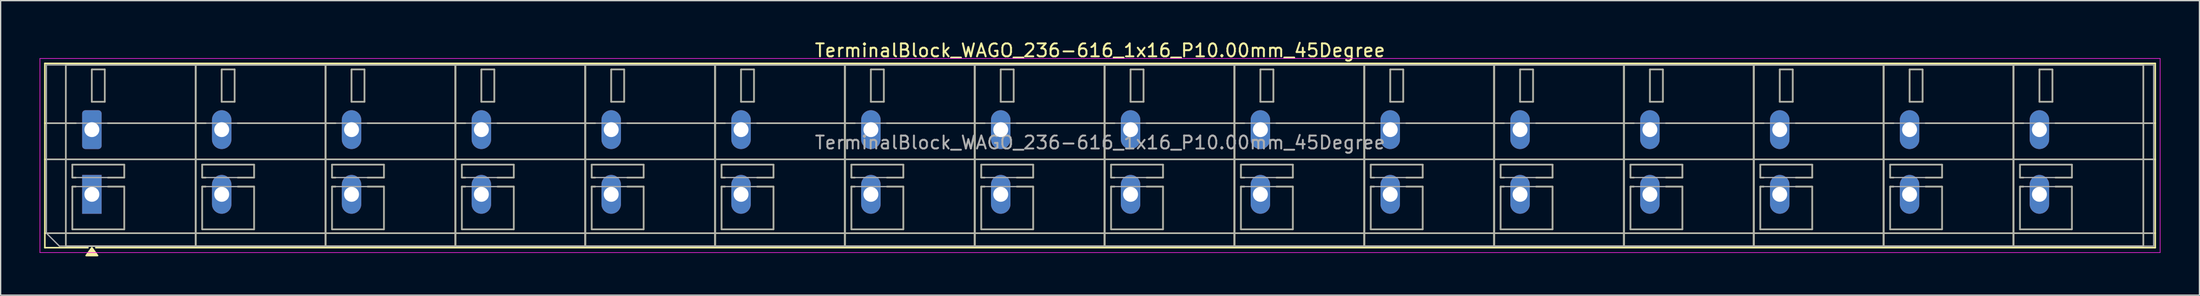
<source format=kicad_pcb>
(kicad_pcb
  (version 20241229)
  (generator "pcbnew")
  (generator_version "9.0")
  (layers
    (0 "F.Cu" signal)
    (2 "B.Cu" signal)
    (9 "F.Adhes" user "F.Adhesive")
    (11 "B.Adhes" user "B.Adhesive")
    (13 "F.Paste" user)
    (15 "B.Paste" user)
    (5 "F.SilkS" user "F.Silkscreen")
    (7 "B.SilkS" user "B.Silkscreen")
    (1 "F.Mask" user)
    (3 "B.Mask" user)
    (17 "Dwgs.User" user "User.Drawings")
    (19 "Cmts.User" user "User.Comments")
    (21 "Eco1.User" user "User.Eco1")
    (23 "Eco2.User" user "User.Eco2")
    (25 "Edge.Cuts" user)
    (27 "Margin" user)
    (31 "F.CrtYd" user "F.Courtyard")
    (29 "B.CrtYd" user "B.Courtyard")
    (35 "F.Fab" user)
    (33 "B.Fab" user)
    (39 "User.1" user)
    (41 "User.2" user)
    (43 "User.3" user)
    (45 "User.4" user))
  (footprint "TerminalBlock_WAGO_236-616_1x16_P10.00mm_45Degree"
    (layer "F.Cu")
    (at 4.025 6.968)
    (property "Reference" "TerminalBlock_WAGO_236-616_1x16_P10.00mm_45Degree" (at 77.65 -6.12 0) (layer "F.SilkS") (effects (font (size 1 1) (thickness 0.15))))
    (attr through_hole)
    (fp_line (start -3.62 -5.12) (end 158.92 -5.12) (stroke (width 0.12) (type solid)) (layer "F.SilkS"))
    (fp_line (start -3.62 -0.5) (end -1.23 -0.5) (stroke (width 0.12) (type solid)) (layer "F.SilkS"))
    (fp_line (start -3.62 2.3) (end 158.92 2.3) (stroke (width 0.12) (type solid)) (layer "F.SilkS"))
    (fp_line (start -3.62 8) (end 158.92 8) (stroke (width 0.12) (type solid)) (layer "F.SilkS"))
    (fp_line (start -3.62 9.12) (end -3.62 -5.12) (stroke (width 0.12) (type solid)) (layer "F.SilkS"))
    (fp_line (start -2 -5) (end 8 -5) (stroke (width 0.12) (type solid)) (layer "F.SilkS"))
    (fp_line (start -2 9) (end -2 -5) (stroke (width 0.12) (type solid)) (layer "F.SilkS"))
    (fp_line (start -1.5 2.7) (end 2.5 2.7) (stroke (width 0.12) (type solid)) (layer "F.SilkS"))
    (fp_line (start -1.5 3.7) (end -1.5 2.7) (stroke (width 0.12) (type solid)) (layer "F.SilkS"))
    (fp_line (start -1.5 4.4) (end -1.23 4.4) (stroke (width 0.12) (type solid)) (layer "F.SilkS"))
    (fp_line (start -1.5 7.7) (end -1.5 4.4) (stroke (width 0.12) (type solid)) (layer "F.SilkS"))
    (fp_line (start -1.23 3.7) (end -1.5 3.7) (stroke (width 0.12) (type solid)) (layer "F.SilkS"))
    (fp_line (start -0.3 9.12) (end -3.62 9.12) (stroke (width 0.12) (type solid)) (layer "F.SilkS"))
    (fp_line (start 0 -4.65) (end 1 -4.65) (stroke (width 0.12) (type solid)) (layer "F.SilkS"))
    (fp_line (start 0 -2.15) (end 0 -4.65) (stroke (width 0.12) (type solid)) (layer "F.SilkS"))
    (fp_line (start 1 -4.65) (end 1 -2.15) (stroke (width 0.12) (type solid)) (layer "F.SilkS"))
    (fp_line (start 1 -2.15) (end 0 -2.15) (stroke (width 0.12) (type solid)) (layer "F.SilkS"))
    (fp_line (start 1.23 -0.5) (end 8.77 -0.5) (stroke (width 0.12) (type solid)) (layer "F.SilkS"))
    (fp_line (start 1.23 4.4) (end 2.5 4.4) (stroke (width 0.12) (type solid)) (layer "F.SilkS"))
    (fp_line (start 2.5 2.7) (end 2.5 3.7) (stroke (width 0.12) (type solid)) (layer "F.SilkS"))
    (fp_line (start 2.5 3.7) (end 1.23 3.7) (stroke (width 0.12) (type solid)) (layer "F.SilkS"))
    (fp_line (start 2.5 4.4) (end 2.5 7.7) (stroke (width 0.12) (type solid)) (layer "F.SilkS"))
    (fp_line (start 2.5 7.7) (end -1.5 7.7) (stroke (width 0.12) (type solid)) (layer "F.SilkS"))
    (fp_line (start 8 -5) (end 8 9) (stroke (width 0.12) (type solid)) (layer "F.SilkS"))
    (fp_line (start 8 -5) (end 18 -5) (stroke (width 0.12) (type solid)) (layer "F.SilkS"))
    (fp_line (start 8 9) (end -2 9) (stroke (width 0.12) (type solid)) (layer "F.SilkS"))
    (fp_line (start 8 9) (end 8 -5) (stroke (width 0.12) (type solid)) (layer "F.SilkS"))
    (fp_line (start 8.5 2.7) (end 12.5 2.7) (stroke (width 0.12) (type solid)) (layer "F.SilkS"))
    (fp_line (start 8.5 3.7) (end 8.5 2.7) (stroke (width 0.12) (type solid)) (layer "F.SilkS"))
    (fp_line (start 8.5 4.4) (end 8.77 4.4) (stroke (width 0.12) (type solid)) (layer "F.SilkS"))
    (fp_line (start 8.5 7.7) (end 8.5 4.4) (stroke (width 0.12) (type solid)) (layer "F.SilkS"))
    (fp_line (start 8.77 3.7) (end 8.5 3.7) (stroke (width 0.12) (type solid)) (layer "F.SilkS"))
    (fp_line (start 10 -4.65) (end 11 -4.65) (stroke (width 0.12) (type solid)) (layer "F.SilkS"))
    (fp_line (start 10 -2.15) (end 10 -4.65) (stroke (width 0.12) (type solid)) (layer "F.SilkS"))
    (fp_line (start 11 -4.65) (end 11 -2.15) (stroke (width 0.12) (type solid)) (layer "F.SilkS"))
    (fp_line (start 11 -2.15) (end 10 -2.15) (stroke (width 0.12) (type solid)) (layer "F.SilkS"))
    (fp_line (start 11.23 -0.5) (end 18.77 -0.5) (stroke (width 0.12) (type solid)) (layer "F.SilkS"))
    (fp_line (start 11.23 4.4) (end 12.5 4.4) (stroke (width 0.12) (type solid)) (layer "F.SilkS"))
    (fp_line (start 12.5 2.7) (end 12.5 3.7) (stroke (width 0.12) (type solid)) (layer "F.SilkS"))
    (fp_line (start 12.5 3.7) (end 11.23 3.7) (stroke (width 0.12) (type solid)) (layer "F.SilkS"))
    (fp_line (start 12.5 4.4) (end 12.5 7.7) (stroke (width 0.12) (type solid)) (layer "F.SilkS"))
    (fp_line (start 12.5 7.7) (end 8.5 7.7) (stroke (width 0.12) (type solid)) (layer "F.SilkS"))
    (fp_line (start 18 -5) (end 18 9) (stroke (width 0.12) (type solid)) (layer "F.SilkS"))
    (fp_line (start 18 -5) (end 28 -5) (stroke (width 0.12) (type solid)) (layer "F.SilkS"))
    (fp_line (start 18 9) (end 8 9) (stroke (width 0.12) (type solid)) (layer "F.SilkS"))
    (fp_line (start 18 9) (end 18 -5) (stroke (width 0.12) (type solid)) (layer "F.SilkS"))
    (fp_line (start 18.5 2.7) (end 22.5 2.7) (stroke (width 0.12) (type solid)) (layer "F.SilkS"))
    (fp_line (start 18.5 3.7) (end 18.5 2.7) (stroke (width 0.12) (type solid)) (layer "F.SilkS"))
    (fp_line (start 18.5 4.4) (end 18.77 4.4) (stroke (width 0.12) (type solid)) (layer "F.SilkS"))
    (fp_line (start 18.5 7.7) (end 18.5 4.4) (stroke (width 0.12) (type solid)) (layer "F.SilkS"))
    (fp_line (start 18.77 3.7) (end 18.5 3.7) (stroke (width 0.12) (type solid)) (layer "F.SilkS"))
    (fp_line (start 20 -4.65) (end 21 -4.65) (stroke (width 0.12) (type solid)) (layer "F.SilkS"))
    (fp_line (start 20 -2.15) (end 20 -4.65) (stroke (width 0.12) (type solid)) (layer "F.SilkS"))
    (fp_line (start 21 -4.65) (end 21 -2.15) (stroke (width 0.12) (type solid)) (layer "F.SilkS"))
    (fp_line (start 21 -2.15) (end 20 -2.15) (stroke (width 0.12) (type solid)) (layer "F.SilkS"))
    (fp_line (start 21.23 -0.5) (end 28.77 -0.5) (stroke (width 0.12) (type solid)) (layer "F.SilkS"))
    (fp_line (start 21.23 4.4) (end 22.5 4.4) (stroke (width 0.12) (type solid)) (layer "F.SilkS"))
    (fp_line (start 22.5 2.7) (end 22.5 3.7) (stroke (width 0.12) (type solid)) (layer "F.SilkS"))
    (fp_line (start 22.5 3.7) (end 21.23 3.7) (stroke (width 0.12) (type solid)) (layer "F.SilkS"))
    (fp_line (start 22.5 4.4) (end 22.5 7.7) (stroke (width 0.12) (type solid)) (layer "F.SilkS"))
    (fp_line (start 22.5 7.7) (end 18.5 7.7) (stroke (width 0.12) (type solid)) (layer "F.SilkS"))
    (fp_line (start 28 -5) (end 28 9) (stroke (width 0.12) (type solid)) (layer "F.SilkS"))
    (fp_line (start 28 -5) (end 38 -5) (stroke (width 0.12) (type solid)) (layer "F.SilkS"))
    (fp_line (start 28 9) (end 18 9) (stroke (width 0.12) (type solid)) (layer "F.SilkS"))
    (fp_line (start 28 9) (end 28 -5) (stroke (width 0.12) (type solid)) (layer "F.SilkS"))
    (fp_line (start 28.5 2.7) (end 32.5 2.7) (stroke (width 0.12) (type solid)) (layer "F.SilkS"))
    (fp_line (start 28.5 3.7) (end 28.5 2.7) (stroke (width 0.12) (type solid)) (layer "F.SilkS"))
    (fp_line (start 28.5 4.4) (end 28.77 4.4) (stroke (width 0.12) (type solid)) (layer "F.SilkS"))
    (fp_line (start 28.5 7.7) (end 28.5 4.4) (stroke (width 0.12) (type solid)) (layer "F.SilkS"))
    (fp_line (start 28.77 3.7) (end 28.5 3.7) (stroke (width 0.12) (type solid)) (layer "F.SilkS"))
    (fp_line (start 30 -4.65) (end 31 -4.65) (stroke (width 0.12) (type solid)) (layer "F.SilkS"))
    (fp_line (start 30 -2.15) (end 30 -4.65) (stroke (width 0.12) (type solid)) (layer "F.SilkS"))
    (fp_line (start 31 -4.65) (end 31 -2.15) (stroke (width 0.12) (type solid)) (layer "F.SilkS"))
    (fp_line (start 31 -2.15) (end 30 -2.15) (stroke (width 0.12) (type solid)) (layer "F.SilkS"))
    (fp_line (start 31.23 -0.5) (end 38.77 -0.5) (stroke (width 0.12) (type solid)) (layer "F.SilkS"))
    (fp_line (start 31.23 4.4) (end 32.5 4.4) (stroke (width 0.12) (type solid)) (layer "F.SilkS"))
    (fp_line (start 32.5 2.7) (end 32.5 3.7) (stroke (width 0.12) (type solid)) (layer "F.SilkS"))
    (fp_line (start 32.5 3.7) (end 31.23 3.7) (stroke (width 0.12) (type solid)) (layer "F.SilkS"))
    (fp_line (start 32.5 4.4) (end 32.5 7.7) (stroke (width 0.12) (type solid)) (layer "F.SilkS"))
    (fp_line (start 32.5 7.7) (end 28.5 7.7) (stroke (width 0.12) (type solid)) (layer "F.SilkS"))
    (fp_line (start 38 -5) (end 38 9) (stroke (width 0.12) (type solid)) (layer "F.SilkS"))
    (fp_line (start 38 -5) (end 48 -5) (stroke (width 0.12) (type solid)) (layer "F.SilkS"))
    (fp_line (start 38 9) (end 28 9) (stroke (width 0.12) (type solid)) (layer "F.SilkS"))
    (fp_line (start 38 9) (end 38 -5) (stroke (width 0.12) (type solid)) (layer "F.SilkS"))
    (fp_line (start 38.5 2.7) (end 42.5 2.7) (stroke (width 0.12) (type solid)) (layer "F.SilkS"))
    (fp_line (start 38.5 3.7) (end 38.5 2.7) (stroke (width 0.12) (type solid)) (layer "F.SilkS"))
    (fp_line (start 38.5 4.4) (end 38.77 4.4) (stroke (width 0.12) (type solid)) (layer "F.SilkS"))
    (fp_line (start 38.5 7.7) (end 38.5 4.4) (stroke (width 0.12) (type solid)) (layer "F.SilkS"))
    (fp_line (start 38.77 3.7) (end 38.5 3.7) (stroke (width 0.12) (type solid)) (layer "F.SilkS"))
    (fp_line (start 40 -4.65) (end 41 -4.65) (stroke (width 0.12) (type solid)) (layer "F.SilkS"))
    (fp_line (start 40 -2.15) (end 40 -4.65) (stroke (width 0.12) (type solid)) (layer "F.SilkS"))
    (fp_line (start 41 -4.65) (end 41 -2.15) (stroke (width 0.12) (type solid)) (layer "F.SilkS"))
    (fp_line (start 41 -2.15) (end 40 -2.15) (stroke (width 0.12) (type solid)) (layer "F.SilkS"))
    (fp_line (start 41.23 -0.5) (end 48.77 -0.5) (stroke (width 0.12) (type solid)) (layer "F.SilkS"))
    (fp_line (start 41.23 4.4) (end 42.5 4.4) (stroke (width 0.12) (type solid)) (layer "F.SilkS"))
    (fp_line (start 42.5 2.7) (end 42.5 3.7) (stroke (width 0.12) (type solid)) (layer "F.SilkS"))
    (fp_line (start 42.5 3.7) (end 41.23 3.7) (stroke (width 0.12) (type solid)) (layer "F.SilkS"))
    (fp_line (start 42.5 4.4) (end 42.5 7.7) (stroke (width 0.12) (type solid)) (layer "F.SilkS"))
    (fp_line (start 42.5 7.7) (end 38.5 7.7) (stroke (width 0.12) (type solid)) (layer "F.SilkS"))
    (fp_line (start 48 -5) (end 48 9) (stroke (width 0.12) (type solid)) (layer "F.SilkS"))
    (fp_line (start 48 -5) (end 58 -5) (stroke (width 0.12) (type solid)) (layer "F.SilkS"))
    (fp_line (start 48 9) (end 38 9) (stroke (width 0.12) (type solid)) (layer "F.SilkS"))
    (fp_line (start 48 9) (end 48 -5) (stroke (width 0.12) (type solid)) (layer "F.SilkS"))
    (fp_line (start 48.5 2.7) (end 52.5 2.7) (stroke (width 0.12) (type solid)) (layer "F.SilkS"))
    (fp_line (start 48.5 3.7) (end 48.5 2.7) (stroke (width 0.12) (type solid)) (layer "F.SilkS"))
    (fp_line (start 48.5 4.4) (end 48.77 4.4) (stroke (width 0.12) (type solid)) (layer "F.SilkS"))
    (fp_line (start 48.5 7.7) (end 48.5 4.4) (stroke (width 0.12) (type solid)) (layer "F.SilkS"))
    (fp_line (start 48.77 3.7) (end 48.5 3.7) (stroke (width 0.12) (type solid)) (layer "F.SilkS"))
    (fp_line (start 50 -4.65) (end 51 -4.65) (stroke (width 0.12) (type solid)) (layer "F.SilkS"))
    (fp_line (start 50 -2.15) (end 50 -4.65) (stroke (width 0.12) (type solid)) (layer "F.SilkS"))
    (fp_line (start 51 -4.65) (end 51 -2.15) (stroke (width 0.12) (type solid)) (layer "F.SilkS"))
    (fp_line (start 51 -2.15) (end 50 -2.15) (stroke (width 0.12) (type solid)) (layer "F.SilkS"))
    (fp_line (start 51.23 -0.5) (end 58.77 -0.5) (stroke (width 0.12) (type solid)) (layer "F.SilkS"))
    (fp_line (start 51.23 4.4) (end 52.5 4.4) (stroke (width 0.12) (type solid)) (layer "F.SilkS"))
    (fp_line (start 52.5 2.7) (end 52.5 3.7) (stroke (width 0.12) (type solid)) (layer "F.SilkS"))
    (fp_line (start 52.5 3.7) (end 51.23 3.7) (stroke (width 0.12) (type solid)) (layer "F.SilkS"))
    (fp_line (start 52.5 4.4) (end 52.5 7.7) (stroke (width 0.12) (type solid)) (layer "F.SilkS"))
    (fp_line (start 52.5 7.7) (end 48.5 7.7) (stroke (width 0.12) (type solid)) (layer "F.SilkS"))
    (fp_line (start 58 -5) (end 58 9) (stroke (width 0.12) (type solid)) (layer "F.SilkS"))
    (fp_line (start 58 -5) (end 68 -5) (stroke (width 0.12) (type solid)) (layer "F.SilkS"))
    (fp_line (start 58 9) (end 48 9) (stroke (width 0.12) (type solid)) (layer "F.SilkS"))
    (fp_line (start 58 9) (end 58 -5) (stroke (width 0.12) (type solid)) (layer "F.SilkS"))
    (fp_line (start 58.5 2.7) (end 62.5 2.7) (stroke (width 0.12) (type solid)) (layer "F.SilkS"))
    (fp_line (start 58.5 3.7) (end 58.5 2.7) (stroke (width 0.12) (type solid)) (layer "F.SilkS"))
    (fp_line (start 58.5 4.4) (end 58.77 4.4) (stroke (width 0.12) (type solid)) (layer "F.SilkS"))
    (fp_line (start 58.5 7.7) (end 58.5 4.4) (stroke (width 0.12) (type solid)) (layer "F.SilkS"))
    (fp_line (start 58.77 3.7) (end 58.5 3.7) (stroke (width 0.12) (type solid)) (layer "F.SilkS"))
    (fp_line (start 60 -4.65) (end 61 -4.65) (stroke (width 0.12) (type solid)) (layer "F.SilkS"))
    (fp_line (start 60 -2.15) (end 60 -4.65) (stroke (width 0.12) (type solid)) (layer "F.SilkS"))
    (fp_line (start 61 -4.65) (end 61 -2.15) (stroke (width 0.12) (type solid)) (layer "F.SilkS"))
    (fp_line (start 61 -2.15) (end 60 -2.15) (stroke (width 0.12) (type solid)) (layer "F.SilkS"))
    (fp_line (start 61.23 -0.5) (end 68.77 -0.5) (stroke (width 0.12) (type solid)) (layer "F.SilkS"))
    (fp_line (start 61.23 4.4) (end 62.5 4.4) (stroke (width 0.12) (type solid)) (layer "F.SilkS"))
    (fp_line (start 62.5 2.7) (end 62.5 3.7) (stroke (width 0.12) (type solid)) (layer "F.SilkS"))
    (fp_line (start 62.5 3.7) (end 61.23 3.7) (stroke (width 0.12) (type solid)) (layer "F.SilkS"))
    (fp_line (start 62.5 4.4) (end 62.5 7.7) (stroke (width 0.12) (type solid)) (layer "F.SilkS"))
    (fp_line (start 62.5 7.7) (end 58.5 7.7) (stroke (width 0.12) (type solid)) (layer "F.SilkS"))
    (fp_line (start 68 -5) (end 68 9) (stroke (width 0.12) (type solid)) (layer "F.SilkS"))
    (fp_line (start 68 -5) (end 78 -5) (stroke (width 0.12) (type solid)) (layer "F.SilkS"))
    (fp_line (start 68 9) (end 58 9) (stroke (width 0.12) (type solid)) (layer "F.SilkS"))
    (fp_line (start 68 9) (end 68 -5) (stroke (width 0.12) (type solid)) (layer "F.SilkS"))
    (fp_line (start 68.5 2.7) (end 72.5 2.7) (stroke (width 0.12) (type solid)) (layer "F.SilkS"))
    (fp_line (start 68.5 3.7) (end 68.5 2.7) (stroke (width 0.12) (type solid)) (layer "F.SilkS"))
    (fp_line (start 68.5 4.4) (end 68.77 4.4) (stroke (width 0.12) (type solid)) (layer "F.SilkS"))
    (fp_line (start 68.5 7.7) (end 68.5 4.4) (stroke (width 0.12) (type solid)) (layer "F.SilkS"))
    (fp_line (start 68.77 3.7) (end 68.5 3.7) (stroke (width 0.12) (type solid)) (layer "F.SilkS"))
    (fp_line (start 70 -4.65) (end 71 -4.65) (stroke (width 0.12) (type solid)) (layer "F.SilkS"))
    (fp_line (start 70 -2.15) (end 70 -4.65) (stroke (width 0.12) (type solid)) (layer "F.SilkS"))
    (fp_line (start 71 -4.65) (end 71 -2.15) (stroke (width 0.12) (type solid)) (layer "F.SilkS"))
    (fp_line (start 71 -2.15) (end 70 -2.15) (stroke (width 0.12) (type solid)) (layer "F.SilkS"))
    (fp_line (start 71.23 -0.5) (end 78.77 -0.5) (stroke (width 0.12) (type solid)) (layer "F.SilkS"))
    (fp_line (start 71.23 4.4) (end 72.5 4.4) (stroke (width 0.12) (type solid)) (layer "F.SilkS"))
    (fp_line (start 72.5 2.7) (end 72.5 3.7) (stroke (width 0.12) (type solid)) (layer "F.SilkS"))
    (fp_line (start 72.5 3.7) (end 71.23 3.7) (stroke (width 0.12) (type solid)) (layer "F.SilkS"))
    (fp_line (start 72.5 4.4) (end 72.5 7.7) (stroke (width 0.12) (type solid)) (layer "F.SilkS"))
    (fp_line (start 72.5 7.7) (end 68.5 7.7) (stroke (width 0.12) (type solid)) (layer "F.SilkS"))
    (fp_line (start 78 -5) (end 78 9) (stroke (width 0.12) (type solid)) (layer "F.SilkS"))
    (fp_line (start 78 -5) (end 88 -5) (stroke (width 0.12) (type solid)) (layer "F.SilkS"))
    (fp_line (start 78 9) (end 68 9) (stroke (width 0.12) (type solid)) (layer "F.SilkS"))
    (fp_line (start 78 9) (end 78 -5) (stroke (width 0.12) (type solid)) (layer "F.SilkS"))
    (fp_line (start 78.5 2.7) (end 82.5 2.7) (stroke (width 0.12) (type solid)) (layer "F.SilkS"))
    (fp_line (start 78.5 3.7) (end 78.5 2.7) (stroke (width 0.12) (type solid)) (layer "F.SilkS"))
    (fp_line (start 78.5 4.4) (end 78.77 4.4) (stroke (width 0.12) (type solid)) (layer "F.SilkS"))
    (fp_line (start 78.5 7.7) (end 78.5 4.4) (stroke (width 0.12) (type solid)) (layer "F.SilkS"))
    (fp_line (start 78.77 3.7) (end 78.5 3.7) (stroke (width 0.12) (type solid)) (layer "F.SilkS"))
    (fp_line (start 80 -4.65) (end 81 -4.65) (stroke (width 0.12) (type solid)) (layer "F.SilkS"))
    (fp_line (start 80 -2.15) (end 80 -4.65) (stroke (width 0.12) (type solid)) (layer "F.SilkS"))
    (fp_line (start 81 -4.65) (end 81 -2.15) (stroke (width 0.12) (type solid)) (layer "F.SilkS"))
    (fp_line (start 81 -2.15) (end 80 -2.15) (stroke (width 0.12) (type solid)) (layer "F.SilkS"))
    (fp_line (start 81.23 -0.5) (end 88.77 -0.5) (stroke (width 0.12) (type solid)) (layer "F.SilkS"))
    (fp_line (start 81.23 4.4) (end 82.5 4.4) (stroke (width 0.12) (type solid)) (layer "F.SilkS"))
    (fp_line (start 82.5 2.7) (end 82.5 3.7) (stroke (width 0.12) (type solid)) (layer "F.SilkS"))
    (fp_line (start 82.5 3.7) (end 81.23 3.7) (stroke (width 0.12) (type solid)) (layer "F.SilkS"))
    (fp_line (start 82.5 4.4) (end 82.5 7.7) (stroke (width 0.12) (type solid)) (layer "F.SilkS"))
    (fp_line (start 82.5 7.7) (end 78.5 7.7) (stroke (width 0.12) (type solid)) (layer "F.SilkS"))
    (fp_line (start 88 -5) (end 88 9) (stroke (width 0.12) (type solid)) (layer "F.SilkS"))
    (fp_line (start 88 -5) (end 98 -5) (stroke (width 0.12) (type solid)) (layer "F.SilkS"))
    (fp_line (start 88 9) (end 78 9) (stroke (width 0.12) (type solid)) (layer "F.SilkS"))
    (fp_line (start 88 9) (end 88 -5) (stroke (width 0.12) (type solid)) (layer "F.SilkS"))
    (fp_line (start 88.5 2.7) (end 92.5 2.7) (stroke (width 0.12) (type solid)) (layer "F.SilkS"))
    (fp_line (start 88.5 3.7) (end 88.5 2.7) (stroke (width 0.12) (type solid)) (layer "F.SilkS"))
    (fp_line (start 88.5 4.4) (end 88.77 4.4) (stroke (width 0.12) (type solid)) (layer "F.SilkS"))
    (fp_line (start 88.5 7.7) (end 88.5 4.4) (stroke (width 0.12) (type solid)) (layer "F.SilkS"))
    (fp_line (start 88.77 3.7) (end 88.5 3.7) (stroke (width 0.12) (type solid)) (layer "F.SilkS"))
    (fp_line (start 90 -4.65) (end 91 -4.65) (stroke (width 0.12) (type solid)) (layer "F.SilkS"))
    (fp_line (start 90 -2.15) (end 90 -4.65) (stroke (width 0.12) (type solid)) (layer "F.SilkS"))
    (fp_line (start 91 -4.65) (end 91 -2.15) (stroke (width 0.12) (type solid)) (layer "F.SilkS"))
    (fp_line (start 91 -2.15) (end 90 -2.15) (stroke (width 0.12) (type solid)) (layer "F.SilkS"))
    (fp_line (start 91.23 -0.5) (end 98.77 -0.5) (stroke (width 0.12) (type solid)) (layer "F.SilkS"))
    (fp_line (start 91.23 4.4) (end 92.5 4.4) (stroke (width 0.12) (type solid)) (layer "F.SilkS"))
    (fp_line (start 92.5 2.7) (end 92.5 3.7) (stroke (width 0.12) (type solid)) (layer "F.SilkS"))
    (fp_line (start 92.5 3.7) (end 91.23 3.7) (stroke (width 0.12) (type solid)) (layer "F.SilkS"))
    (fp_line (start 92.5 4.4) (end 92.5 7.7) (stroke (width 0.12) (type solid)) (layer "F.SilkS"))
    (fp_line (start 92.5 7.7) (end 88.5 7.7) (stroke (width 0.12) (type solid)) (layer "F.SilkS"))
    (fp_line (start 98 -5) (end 98 9) (stroke (width 0.12) (type solid)) (layer "F.SilkS"))
    (fp_line (start 98 -5) (end 108 -5) (stroke (width 0.12) (type solid)) (layer "F.SilkS"))
    (fp_line (start 98 9) (end 88 9) (stroke (width 0.12) (type solid)) (layer "F.SilkS"))
    (fp_line (start 98 9) (end 98 -5) (stroke (width 0.12) (type solid)) (layer "F.SilkS"))
    (fp_line (start 98.5 2.7) (end 102.5 2.7) (stroke (width 0.12) (type solid)) (layer "F.SilkS"))
    (fp_line (start 98.5 3.7) (end 98.5 2.7) (stroke (width 0.12) (type solid)) (layer "F.SilkS"))
    (fp_line (start 98.5 4.4) (end 98.77 4.4) (stroke (width 0.12) (type solid)) (layer "F.SilkS"))
    (fp_line (start 98.5 7.7) (end 98.5 4.4) (stroke (width 0.12) (type solid)) (layer "F.SilkS"))
    (fp_line (start 98.77 3.7) (end 98.5 3.7) (stroke (width 0.12) (type solid)) (layer "F.SilkS"))
    (fp_line (start 100 -4.65) (end 101 -4.65) (stroke (width 0.12) (type solid)) (layer "F.SilkS"))
    (fp_line (start 100 -2.15) (end 100 -4.65) (stroke (width 0.12) (type solid)) (layer "F.SilkS"))
    (fp_line (start 101 -4.65) (end 101 -2.15) (stroke (width 0.12) (type solid)) (layer "F.SilkS"))
    (fp_line (start 101 -2.15) (end 100 -2.15) (stroke (width 0.12) (type solid)) (layer "F.SilkS"))
    (fp_line (start 101.23 -0.5) (end 108.77 -0.5) (stroke (width 0.12) (type solid)) (layer "F.SilkS"))
    (fp_line (start 101.23 4.4) (end 102.5 4.4) (stroke (width 0.12) (type solid)) (layer "F.SilkS"))
    (fp_line (start 102.5 2.7) (end 102.5 3.7) (stroke (width 0.12) (type solid)) (layer "F.SilkS"))
    (fp_line (start 102.5 3.7) (end 101.23 3.7) (stroke (width 0.12) (type solid)) (layer "F.SilkS"))
    (fp_line (start 102.5 4.4) (end 102.5 7.7) (stroke (width 0.12) (type solid)) (layer "F.SilkS"))
    (fp_line (start 102.5 7.7) (end 98.5 7.7) (stroke (width 0.12) (type solid)) (layer "F.SilkS"))
    (fp_line (start 108 -5) (end 108 9) (stroke (width 0.12) (type solid)) (layer "F.SilkS"))
    (fp_line (start 108 -5) (end 118 -5) (stroke (width 0.12) (type solid)) (layer "F.SilkS"))
    (fp_line (start 108 9) (end 98 9) (stroke (width 0.12) (type solid)) (layer "F.SilkS"))
    (fp_line (start 108 9) (end 108 -5) (stroke (width 0.12) (type solid)) (layer "F.SilkS"))
    (fp_line (start 108.5 2.7) (end 112.5 2.7) (stroke (width 0.12) (type solid)) (layer "F.SilkS"))
    (fp_line (start 108.5 3.7) (end 108.5 2.7) (stroke (width 0.12) (type solid)) (layer "F.SilkS"))
    (fp_line (start 108.5 4.4) (end 108.77 4.4) (stroke (width 0.12) (type solid)) (layer "F.SilkS"))
    (fp_line (start 108.5 7.7) (end 108.5 4.4) (stroke (width 0.12) (type solid)) (layer "F.SilkS"))
    (fp_line (start 108.77 3.7) (end 108.5 3.7) (stroke (width 0.12) (type solid)) (layer "F.SilkS"))
    (fp_line (start 110 -4.65) (end 111 -4.65) (stroke (width 0.12) (type solid)) (layer "F.SilkS"))
    (fp_line (start 110 -2.15) (end 110 -4.65) (stroke (width 0.12) (type solid)) (layer "F.SilkS"))
    (fp_line (start 111 -4.65) (end 111 -2.15) (stroke (width 0.12) (type solid)) (layer "F.SilkS"))
    (fp_line (start 111 -2.15) (end 110 -2.15) (stroke (width 0.12) (type solid)) (layer "F.SilkS"))
    (fp_line (start 111.23 -0.5) (end 118.77 -0.5) (stroke (width 0.12) (type solid)) (layer "F.SilkS"))
    (fp_line (start 111.23 4.4) (end 112.5 4.4) (stroke (width 0.12) (type solid)) (layer "F.SilkS"))
    (fp_line (start 112.5 2.7) (end 112.5 3.7) (stroke (width 0.12) (type solid)) (layer "F.SilkS"))
    (fp_line (start 112.5 3.7) (end 111.23 3.7) (stroke (width 0.12) (type solid)) (layer "F.SilkS"))
    (fp_line (start 112.5 4.4) (end 112.5 7.7) (stroke (width 0.12) (type solid)) (layer "F.SilkS"))
    (fp_line (start 112.5 7.7) (end 108.5 7.7) (stroke (width 0.12) (type solid)) (layer "F.SilkS"))
    (fp_line (start 118 -5) (end 118 9) (stroke (width 0.12) (type solid)) (layer "F.SilkS"))
    (fp_line (start 118 -5) (end 128 -5) (stroke (width 0.12) (type solid)) (layer "F.SilkS"))
    (fp_line (start 118 9) (end 108 9) (stroke (width 0.12) (type solid)) (layer "F.SilkS"))
    (fp_line (start 118 9) (end 118 -5) (stroke (width 0.12) (type solid)) (layer "F.SilkS"))
    (fp_line (start 118.5 2.7) (end 122.5 2.7) (stroke (width 0.12) (type solid)) (layer "F.SilkS"))
    (fp_line (start 118.5 3.7) (end 118.5 2.7) (stroke (width 0.12) (type solid)) (layer "F.SilkS"))
    (fp_line (start 118.5 4.4) (end 118.77 4.4) (stroke (width 0.12) (type solid)) (layer "F.SilkS"))
    (fp_line (start 118.5 7.7) (end 118.5 4.4) (stroke (width 0.12) (type solid)) (layer "F.SilkS"))
    (fp_line (start 118.77 3.7) (end 118.5 3.7) (stroke (width 0.12) (type solid)) (layer "F.SilkS"))
    (fp_line (start 120 -4.65) (end 121 -4.65) (stroke (width 0.12) (type solid)) (layer "F.SilkS"))
    (fp_line (start 120 -2.15) (end 120 -4.65) (stroke (width 0.12) (type solid)) (layer "F.SilkS"))
    (fp_line (start 121 -4.65) (end 121 -2.15) (stroke (width 0.12) (type solid)) (layer "F.SilkS"))
    (fp_line (start 121 -2.15) (end 120 -2.15) (stroke (width 0.12) (type solid)) (layer "F.SilkS"))
    (fp_line (start 121.23 -0.5) (end 128.77 -0.5) (stroke (width 0.12) (type solid)) (layer "F.SilkS"))
    (fp_line (start 121.23 4.4) (end 122.5 4.4) (stroke (width 0.12) (type solid)) (layer "F.SilkS"))
    (fp_line (start 122.5 2.7) (end 122.5 3.7) (stroke (width 0.12) (type solid)) (layer "F.SilkS"))
    (fp_line (start 122.5 3.7) (end 121.23 3.7) (stroke (width 0.12) (type solid)) (layer "F.SilkS"))
    (fp_line (start 122.5 4.4) (end 122.5 7.7) (stroke (width 0.12) (type solid)) (layer "F.SilkS"))
    (fp_line (start 122.5 7.7) (end 118.5 7.7) (stroke (width 0.12) (type solid)) (layer "F.SilkS"))
    (fp_line (start 128 -5) (end 128 9) (stroke (width 0.12) (type solid)) (layer "F.SilkS"))
    (fp_line (start 128 -5) (end 138 -5) (stroke (width 0.12) (type solid)) (layer "F.SilkS"))
    (fp_line (start 128 9) (end 118 9) (stroke (width 0.12) (type solid)) (layer "F.SilkS"))
    (fp_line (start 128 9) (end 128 -5) (stroke (width 0.12) (type solid)) (layer "F.SilkS"))
    (fp_line (start 128.5 2.7) (end 132.5 2.7) (stroke (width 0.12) (type solid)) (layer "F.SilkS"))
    (fp_line (start 128.5 3.7) (end 128.5 2.7) (stroke (width 0.12) (type solid)) (layer "F.SilkS"))
    (fp_line (start 128.5 4.4) (end 128.77 4.4) (stroke (width 0.12) (type solid)) (layer "F.SilkS"))
    (fp_line (start 128.5 7.7) (end 128.5 4.4) (stroke (width 0.12) (type solid)) (layer "F.SilkS"))
    (fp_line (start 128.77 3.7) (end 128.5 3.7) (stroke (width 0.12) (type solid)) (layer "F.SilkS"))
    (fp_line (start 130 -4.65) (end 131 -4.65) (stroke (width 0.12) (type solid)) (layer "F.SilkS"))
    (fp_line (start 130 -2.15) (end 130 -4.65) (stroke (width 0.12) (type solid)) (layer "F.SilkS"))
    (fp_line (start 131 -4.65) (end 131 -2.15) (stroke (width 0.12) (type solid)) (layer "F.SilkS"))
    (fp_line (start 131 -2.15) (end 130 -2.15) (stroke (width 0.12) (type solid)) (layer "F.SilkS"))
    (fp_line (start 131.23 -0.5) (end 138.77 -0.5) (stroke (width 0.12) (type solid)) (layer "F.SilkS"))
    (fp_line (start 131.23 4.4) (end 132.5 4.4) (stroke (width 0.12) (type solid)) (layer "F.SilkS"))
    (fp_line (start 132.5 2.7) (end 132.5 3.7) (stroke (width 0.12) (type solid)) (layer "F.SilkS"))
    (fp_line (start 132.5 3.7) (end 131.23 3.7) (stroke (width 0.12) (type solid)) (layer "F.SilkS"))
    (fp_line (start 132.5 4.4) (end 132.5 7.7) (stroke (width 0.12) (type solid)) (layer "F.SilkS"))
    (fp_line (start 132.5 7.7) (end 128.5 7.7) (stroke (width 0.12) (type solid)) (layer "F.SilkS"))
    (fp_line (start 138 -5) (end 138 9) (stroke (width 0.12) (type solid)) (layer "F.SilkS"))
    (fp_line (start 138 -5) (end 148 -5) (stroke (width 0.12) (type solid)) (layer "F.SilkS"))
    (fp_line (start 138 9) (end 128 9) (stroke (width 0.12) (type solid)) (layer "F.SilkS"))
    (fp_line (start 138 9) (end 138 -5) (stroke (width 0.12) (type solid)) (layer "F.SilkS"))
    (fp_line (start 138.5 2.7) (end 142.5 2.7) (stroke (width 0.12) (type solid)) (layer "F.SilkS"))
    (fp_line (start 138.5 3.7) (end 138.5 2.7) (stroke (width 0.12) (type solid)) (layer "F.SilkS"))
    (fp_line (start 138.5 4.4) (end 138.77 4.4) (stroke (width 0.12) (type solid)) (layer "F.SilkS"))
    (fp_line (start 138.5 7.7) (end 138.5 4.4) (stroke (width 0.12) (type solid)) (layer "F.SilkS"))
    (fp_line (start 138.77 3.7) (end 138.5 3.7) (stroke (width 0.12) (type solid)) (layer "F.SilkS"))
    (fp_line (start 140 -4.65) (end 141 -4.65) (stroke (width 0.12) (type solid)) (layer "F.SilkS"))
    (fp_line (start 140 -2.15) (end 140 -4.65) (stroke (width 0.12) (type solid)) (layer "F.SilkS"))
    (fp_line (start 141 -4.65) (end 141 -2.15) (stroke (width 0.12) (type solid)) (layer "F.SilkS"))
    (fp_line (start 141 -2.15) (end 140 -2.15) (stroke (width 0.12) (type solid)) (layer "F.SilkS"))
    (fp_line (start 141.23 -0.5) (end 148.77 -0.5) (stroke (width 0.12) (type solid)) (layer "F.SilkS"))
    (fp_line (start 141.23 4.4) (end 142.5 4.4) (stroke (width 0.12) (type solid)) (layer "F.SilkS"))
    (fp_line (start 142.5 2.7) (end 142.5 3.7) (stroke (width 0.12) (type solid)) (layer "F.SilkS"))
    (fp_line (start 142.5 3.7) (end 141.23 3.7) (stroke (width 0.12) (type solid)) (layer "F.SilkS"))
    (fp_line (start 142.5 4.4) (end 142.5 7.7) (stroke (width 0.12) (type solid)) (layer "F.SilkS"))
    (fp_line (start 142.5 7.7) (end 138.5 7.7) (stroke (width 0.12) (type solid)) (layer "F.SilkS"))
    (fp_line (start 148 -5) (end 148 9) (stroke (width 0.12) (type solid)) (layer "F.SilkS"))
    (fp_line (start 148 -5) (end 158 -5) (stroke (width 0.12) (type solid)) (layer "F.SilkS"))
    (fp_line (start 148 9) (end 138 9) (stroke (width 0.12) (type solid)) (layer "F.SilkS"))
    (fp_line (start 148 9) (end 148 -5) (stroke (width 0.12) (type solid)) (layer "F.SilkS"))
    (fp_line (start 148.5 2.7) (end 152.5 2.7) (stroke (width 0.12) (type solid)) (layer "F.SilkS"))
    (fp_line (start 148.5 3.7) (end 148.5 2.7) (stroke (width 0.12) (type solid)) (layer "F.SilkS"))
    (fp_line (start 148.5 4.4) (end 148.77 4.4) (stroke (width 0.12) (type solid)) (layer "F.SilkS"))
    (fp_line (start 148.5 7.7) (end 148.5 4.4) (stroke (width 0.12) (type solid)) (layer "F.SilkS"))
    (fp_line (start 148.77 3.7) (end 148.5 3.7) (stroke (width 0.12) (type solid)) (layer "F.SilkS"))
    (fp_line (start 150 -4.65) (end 151 -4.65) (stroke (width 0.12) (type solid)) (layer "F.SilkS"))
    (fp_line (start 150 -2.15) (end 150 -4.65) (stroke (width 0.12) (type solid)) (layer "F.SilkS"))
    (fp_line (start 151 -4.65) (end 151 -2.15) (stroke (width 0.12) (type solid)) (layer "F.SilkS"))
    (fp_line (start 151 -2.15) (end 150 -2.15) (stroke (width 0.12) (type solid)) (layer "F.SilkS"))
    (fp_line (start 151.23 -0.5) (end 158.92 -0.5) (stroke (width 0.12) (type solid)) (layer "F.SilkS"))
    (fp_line (start 151.23 4.4) (end 152.5 4.4) (stroke (width 0.12) (type solid)) (layer "F.SilkS"))
    (fp_line (start 152.5 2.7) (end 152.5 3.7) (stroke (width 0.12) (type solid)) (layer "F.SilkS"))
    (fp_line (start 152.5 3.7) (end 151.23 3.7) (stroke (width 0.12) (type solid)) (layer "F.SilkS"))
    (fp_line (start 152.5 4.4) (end 152.5 7.7) (stroke (width 0.12) (type solid)) (layer "F.SilkS"))
    (fp_line (start 152.5 7.7) (end 148.5 7.7) (stroke (width 0.12) (type solid)) (layer "F.SilkS"))
    (fp_line (start 158 -5) (end 158 9) (stroke (width 0.12) (type solid)) (layer "F.SilkS"))
    (fp_line (start 158 9) (end 148 9) (stroke (width 0.12) (type solid)) (layer "F.SilkS"))
    (fp_line (start 158.92 -5.12) (end 158.92 9.12) (stroke (width 0.12) (type solid)) (layer "F.SilkS"))
    (fp_line (start 158.92 9.12) (end 0.3 9.12) (stroke (width 0.12) (type solid)) (layer "F.SilkS"))
    (fp_poly (pts (xy 0 9.12) (xy 0.44 9.73) (xy -0.44 9.73)) (stroke (width 0.12) (type solid)) (fill yes) (layer "F.SilkS"))
    (fp_line (start -4 -5.5) (end -4 9.5) (stroke (width 0.05) (type solid)) (layer "F.CrtYd"))
    (fp_line (start -4 9.5) (end 159.3 9.5) (stroke (width 0.05) (type solid)) (layer "F.CrtYd"))
    (fp_line (start 159.3 -5.5) (end -4 -5.5) (stroke (width 0.05) (type solid)) (layer "F.CrtYd"))
    (fp_line (start 159.3 9.5) (end 159.3 -5.5) (stroke (width 0.05) (type solid)) (layer "F.CrtYd"))
    (fp_line (start -3.5 -5) (end 158.8 -5) (stroke (width 0.1) (type solid)) (layer "F.Fab"))
    (fp_line (start -3.5 -0.5) (end 158.8 -0.5) (stroke (width 0.1) (type solid)) (layer "F.Fab"))
    (fp_line (start -3.5 2.3) (end 158.8 2.3) (stroke (width 0.1) (type solid)) (layer "F.Fab"))
    (fp_line (start -3.5 8) (end -3.5 -5) (stroke (width 0.1) (type solid)) (layer "F.Fab"))
    (fp_line (start -3.5 8) (end 158.8 8) (stroke (width 0.1) (type solid)) (layer "F.Fab"))
    (fp_line (start -2.5 9) (end -3.5 8) (stroke (width 0.1) (type solid)) (layer "F.Fab"))
    (fp_line (start -2 -5) (end -2 9) (stroke (width 0.1) (type solid)) (layer "F.Fab"))
    (fp_line (start -2 9) (end 8 9) (stroke (width 0.1) (type solid)) (layer "F.Fab"))
    (fp_line (start -1.5 2.7) (end -1.5 3.7) (stroke (width 0.1) (type solid)) (layer "F.Fab"))
    (fp_line (start -1.5 3.7) (end 2.5 3.7) (stroke (width 0.1) (type solid)) (layer "F.Fab"))
    (fp_line (start -1.5 4.4) (end -1.5 7.7) (stroke (width 0.1) (type solid)) (layer "F.Fab"))
    (fp_line (start -1.5 7.7) (end 2.5 7.7) (stroke (width 0.1) (type solid)) (layer "F.Fab"))
    (fp_line (start 0 -4.65) (end 0 -2.15) (stroke (width 0.1) (type solid)) (layer "F.Fab"))
    (fp_line (start 0 -2.15) (end 1 -2.15) (stroke (width 0.1) (type solid)) (layer "F.Fab"))
    (fp_line (start 1 -4.65) (end 0 -4.65) (stroke (width 0.1) (type solid)) (layer "F.Fab"))
    (fp_line (start 1 -2.15) (end 1 -4.65) (stroke (width 0.1) (type solid)) (layer "F.Fab"))
    (fp_line (start 2.5 2.7) (end -1.5 2.7) (stroke (width 0.1) (type solid)) (layer "F.Fab"))
    (fp_line (start 2.5 3.7) (end 2.5 2.7) (stroke (width 0.1) (type solid)) (layer "F.Fab"))
    (fp_line (start 2.5 4.4) (end -1.5 4.4) (stroke (width 0.1) (type solid)) (layer "F.Fab"))
    (fp_line (start 2.5 7.7) (end 2.5 4.4) (stroke (width 0.1) (type solid)) (layer "F.Fab"))
    (fp_line (start 8 -5) (end -2 -5) (stroke (width 0.1) (type solid)) (layer "F.Fab"))
    (fp_line (start 8 -5) (end 8 9) (stroke (width 0.1) (type solid)) (layer "F.Fab"))
    (fp_line (start 8 9) (end 8 -5) (stroke (width 0.1) (type solid)) (layer "F.Fab"))
    (fp_line (start 8 9) (end 18 9) (stroke (width 0.1) (type solid)) (layer "F.Fab"))
    (fp_line (start 8.5 2.7) (end 8.5 3.7) (stroke (width 0.1) (type solid)) (layer "F.Fab"))
    (fp_line (start 8.5 3.7) (end 12.5 3.7) (stroke (width 0.1) (type solid)) (layer "F.Fab"))
    (fp_line (start 8.5 4.4) (end 8.5 7.7) (stroke (width 0.1) (type solid)) (layer "F.Fab"))
    (fp_line (start 8.5 7.7) (end 12.5 7.7) (stroke (width 0.1) (type solid)) (layer "F.Fab"))
    (fp_line (start 10 -4.65) (end 10 -2.15) (stroke (width 0.1) (type solid)) (layer "F.Fab"))
    (fp_line (start 10 -2.15) (end 11 -2.15) (stroke (width 0.1) (type solid)) (layer "F.Fab"))
    (fp_line (start 11 -4.65) (end 10 -4.65) (stroke (width 0.1) (type solid)) (layer "F.Fab"))
    (fp_line (start 11 -2.15) (end 11 -4.65) (stroke (width 0.1) (type solid)) (layer "F.Fab"))
    (fp_line (start 12.5 2.7) (end 8.5 2.7) (stroke (width 0.1) (type solid)) (layer "F.Fab"))
    (fp_line (start 12.5 3.7) (end 12.5 2.7) (stroke (width 0.1) (type solid)) (layer "F.Fab"))
    (fp_line (start 12.5 4.4) (end 8.5 4.4) (stroke (width 0.1) (type solid)) (layer "F.Fab"))
    (fp_line (start 12.5 7.7) (end 12.5 4.4) (stroke (width 0.1) (type solid)) (layer "F.Fab"))
    (fp_line (start 18 -5) (end 8 -5) (stroke (width 0.1) (type solid)) (layer "F.Fab"))
    (fp_line (start 18 -5) (end 18 9) (stroke (width 0.1) (type solid)) (layer "F.Fab"))
    (fp_line (start 18 9) (end 18 -5) (stroke (width 0.1) (type solid)) (layer "F.Fab"))
    (fp_line (start 18 9) (end 28 9) (stroke (width 0.1) (type solid)) (layer "F.Fab"))
    (fp_line (start 18.5 2.7) (end 18.5 3.7) (stroke (width 0.1) (type solid)) (layer "F.Fab"))
    (fp_line (start 18.5 3.7) (end 22.5 3.7) (stroke (width 0.1) (type solid)) (layer "F.Fab"))
    (fp_line (start 18.5 4.4) (end 18.5 7.7) (stroke (width 0.1) (type solid)) (layer "F.Fab"))
    (fp_line (start 18.5 7.7) (end 22.5 7.7) (stroke (width 0.1) (type solid)) (layer "F.Fab"))
    (fp_line (start 20 -4.65) (end 20 -2.15) (stroke (width 0.1) (type solid)) (layer "F.Fab"))
    (fp_line (start 20 -2.15) (end 21 -2.15) (stroke (width 0.1) (type solid)) (layer "F.Fab"))
    (fp_line (start 21 -4.65) (end 20 -4.65) (stroke (width 0.1) (type solid)) (layer "F.Fab"))
    (fp_line (start 21 -2.15) (end 21 -4.65) (stroke (width 0.1) (type solid)) (layer "F.Fab"))
    (fp_line (start 22.5 2.7) (end 18.5 2.7) (stroke (width 0.1) (type solid)) (layer "F.Fab"))
    (fp_line (start 22.5 3.7) (end 22.5 2.7) (stroke (width 0.1) (type solid)) (layer "F.Fab"))
    (fp_line (start 22.5 4.4) (end 18.5 4.4) (stroke (width 0.1) (type solid)) (layer "F.Fab"))
    (fp_line (start 22.5 7.7) (end 22.5 4.4) (stroke (width 0.1) (type solid)) (layer "F.Fab"))
    (fp_line (start 28 -5) (end 18 -5) (stroke (width 0.1) (type solid)) (layer "F.Fab"))
    (fp_line (start 28 -5) (end 28 9) (stroke (width 0.1) (type solid)) (layer "F.Fab"))
    (fp_line (start 28 9) (end 28 -5) (stroke (width 0.1) (type solid)) (layer "F.Fab"))
    (fp_line (start 28 9) (end 38 9) (stroke (width 0.1) (type solid)) (layer "F.Fab"))
    (fp_line (start 28.5 2.7) (end 28.5 3.7) (stroke (width 0.1) (type solid)) (layer "F.Fab"))
    (fp_line (start 28.5 3.7) (end 32.5 3.7) (stroke (width 0.1) (type solid)) (layer "F.Fab"))
    (fp_line (start 28.5 4.4) (end 28.5 7.7) (stroke (width 0.1) (type solid)) (layer "F.Fab"))
    (fp_line (start 28.5 7.7) (end 32.5 7.7) (stroke (width 0.1) (type solid)) (layer "F.Fab"))
    (fp_line (start 30 -4.65) (end 30 -2.15) (stroke (width 0.1) (type solid)) (layer "F.Fab"))
    (fp_line (start 30 -2.15) (end 31 -2.15) (stroke (width 0.1) (type solid)) (layer "F.Fab"))
    (fp_line (start 31 -4.65) (end 30 -4.65) (stroke (width 0.1) (type solid)) (layer "F.Fab"))
    (fp_line (start 31 -2.15) (end 31 -4.65) (stroke (width 0.1) (type solid)) (layer "F.Fab"))
    (fp_line (start 32.5 2.7) (end 28.5 2.7) (stroke (width 0.1) (type solid)) (layer "F.Fab"))
    (fp_line (start 32.5 3.7) (end 32.5 2.7) (stroke (width 0.1) (type solid)) (layer "F.Fab"))
    (fp_line (start 32.5 4.4) (end 28.5 4.4) (stroke (width 0.1) (type solid)) (layer "F.Fab"))
    (fp_line (start 32.5 7.7) (end 32.5 4.4) (stroke (width 0.1) (type solid)) (layer "F.Fab"))
    (fp_line (start 38 -5) (end 28 -5) (stroke (width 0.1) (type solid)) (layer "F.Fab"))
    (fp_line (start 38 -5) (end 38 9) (stroke (width 0.1) (type solid)) (layer "F.Fab"))
    (fp_line (start 38 9) (end 38 -5) (stroke (width 0.1) (type solid)) (layer "F.Fab"))
    (fp_line (start 38 9) (end 48 9) (stroke (width 0.1) (type solid)) (layer "F.Fab"))
    (fp_line (start 38.5 2.7) (end 38.5 3.7) (stroke (width 0.1) (type solid)) (layer "F.Fab"))
    (fp_line (start 38.5 3.7) (end 42.5 3.7) (stroke (width 0.1) (type solid)) (layer "F.Fab"))
    (fp_line (start 38.5 4.4) (end 38.5 7.7) (stroke (width 0.1) (type solid)) (layer "F.Fab"))
    (fp_line (start 38.5 7.7) (end 42.5 7.7) (stroke (width 0.1) (type solid)) (layer "F.Fab"))
    (fp_line (start 40 -4.65) (end 40 -2.15) (stroke (width 0.1) (type solid)) (layer "F.Fab"))
    (fp_line (start 40 -2.15) (end 41 -2.15) (stroke (width 0.1) (type solid)) (layer "F.Fab"))
    (fp_line (start 41 -4.65) (end 40 -4.65) (stroke (width 0.1) (type solid)) (layer "F.Fab"))
    (fp_line (start 41 -2.15) (end 41 -4.65) (stroke (width 0.1) (type solid)) (layer "F.Fab"))
    (fp_line (start 42.5 2.7) (end 38.5 2.7) (stroke (width 0.1) (type solid)) (layer "F.Fab"))
    (fp_line (start 42.5 3.7) (end 42.5 2.7) (stroke (width 0.1) (type solid)) (layer "F.Fab"))
    (fp_line (start 42.5 4.4) (end 38.5 4.4) (stroke (width 0.1) (type solid)) (layer "F.Fab"))
    (fp_line (start 42.5 7.7) (end 42.5 4.4) (stroke (width 0.1) (type solid)) (layer "F.Fab"))
    (fp_line (start 48 -5) (end 38 -5) (stroke (width 0.1) (type solid)) (layer "F.Fab"))
    (fp_line (start 48 -5) (end 48 9) (stroke (width 0.1) (type solid)) (layer "F.Fab"))
    (fp_line (start 48 9) (end 48 -5) (stroke (width 0.1) (type solid)) (layer "F.Fab"))
    (fp_line (start 48 9) (end 58 9) (stroke (width 0.1) (type solid)) (layer "F.Fab"))
    (fp_line (start 48.5 2.7) (end 48.5 3.7) (stroke (width 0.1) (type solid)) (layer "F.Fab"))
    (fp_line (start 48.5 3.7) (end 52.5 3.7) (stroke (width 0.1) (type solid)) (layer "F.Fab"))
    (fp_line (start 48.5 4.4) (end 48.5 7.7) (stroke (width 0.1) (type solid)) (layer "F.Fab"))
    (fp_line (start 48.5 7.7) (end 52.5 7.7) (stroke (width 0.1) (type solid)) (layer "F.Fab"))
    (fp_line (start 50 -4.65) (end 50 -2.15) (stroke (width 0.1) (type solid)) (layer "F.Fab"))
    (fp_line (start 50 -2.15) (end 51 -2.15) (stroke (width 0.1) (type solid)) (layer "F.Fab"))
    (fp_line (start 51 -4.65) (end 50 -4.65) (stroke (width 0.1) (type solid)) (layer "F.Fab"))
    (fp_line (start 51 -2.15) (end 51 -4.65) (stroke (width 0.1) (type solid)) (layer "F.Fab"))
    (fp_line (start 52.5 2.7) (end 48.5 2.7) (stroke (width 0.1) (type solid)) (layer "F.Fab"))
    (fp_line (start 52.5 3.7) (end 52.5 2.7) (stroke (width 0.1) (type solid)) (layer "F.Fab"))
    (fp_line (start 52.5 4.4) (end 48.5 4.4) (stroke (width 0.1) (type solid)) (layer "F.Fab"))
    (fp_line (start 52.5 7.7) (end 52.5 4.4) (stroke (width 0.1) (type solid)) (layer "F.Fab"))
    (fp_line (start 58 -5) (end 48 -5) (stroke (width 0.1) (type solid)) (layer "F.Fab"))
    (fp_line (start 58 -5) (end 58 9) (stroke (width 0.1) (type solid)) (layer "F.Fab"))
    (fp_line (start 58 9) (end 58 -5) (stroke (width 0.1) (type solid)) (layer "F.Fab"))
    (fp_line (start 58 9) (end 68 9) (stroke (width 0.1) (type solid)) (layer "F.Fab"))
    (fp_line (start 58.5 2.7) (end 58.5 3.7) (stroke (width 0.1) (type solid)) (layer "F.Fab"))
    (fp_line (start 58.5 3.7) (end 62.5 3.7) (stroke (width 0.1) (type solid)) (layer "F.Fab"))
    (fp_line (start 58.5 4.4) (end 58.5 7.7) (stroke (width 0.1) (type solid)) (layer "F.Fab"))
    (fp_line (start 58.5 7.7) (end 62.5 7.7) (stroke (width 0.1) (type solid)) (layer "F.Fab"))
    (fp_line (start 60 -4.65) (end 60 -2.15) (stroke (width 0.1) (type solid)) (layer "F.Fab"))
    (fp_line (start 60 -2.15) (end 61 -2.15) (stroke (width 0.1) (type solid)) (layer "F.Fab"))
    (fp_line (start 61 -4.65) (end 60 -4.65) (stroke (width 0.1) (type solid)) (layer "F.Fab"))
    (fp_line (start 61 -2.15) (end 61 -4.65) (stroke (width 0.1) (type solid)) (layer "F.Fab"))
    (fp_line (start 62.5 2.7) (end 58.5 2.7) (stroke (width 0.1) (type solid)) (layer "F.Fab"))
    (fp_line (start 62.5 3.7) (end 62.5 2.7) (stroke (width 0.1) (type solid)) (layer "F.Fab"))
    (fp_line (start 62.5 4.4) (end 58.5 4.4) (stroke (width 0.1) (type solid)) (layer "F.Fab"))
    (fp_line (start 62.5 7.7) (end 62.5 4.4) (stroke (width 0.1) (type solid)) (layer "F.Fab"))
    (fp_line (start 68 -5) (end 58 -5) (stroke (width 0.1) (type solid)) (layer "F.Fab"))
    (fp_line (start 68 -5) (end 68 9) (stroke (width 0.1) (type solid)) (layer "F.Fab"))
    (fp_line (start 68 9) (end 68 -5) (stroke (width 0.1) (type solid)) (layer "F.Fab"))
    (fp_line (start 68 9) (end 78 9) (stroke (width 0.1) (type solid)) (layer "F.Fab"))
    (fp_line (start 68.5 2.7) (end 68.5 3.7) (stroke (width 0.1) (type solid)) (layer "F.Fab"))
    (fp_line (start 68.5 3.7) (end 72.5 3.7) (stroke (width 0.1) (type solid)) (layer "F.Fab"))
    (fp_line (start 68.5 4.4) (end 68.5 7.7) (stroke (width 0.1) (type solid)) (layer "F.Fab"))
    (fp_line (start 68.5 7.7) (end 72.5 7.7) (stroke (width 0.1) (type solid)) (layer "F.Fab"))
    (fp_line (start 70 -4.65) (end 70 -2.15) (stroke (width 0.1) (type solid)) (layer "F.Fab"))
    (fp_line (start 70 -2.15) (end 71 -2.15) (stroke (width 0.1) (type solid)) (layer "F.Fab"))
    (fp_line (start 71 -4.65) (end 70 -4.65) (stroke (width 0.1) (type solid)) (layer "F.Fab"))
    (fp_line (start 71 -2.15) (end 71 -4.65) (stroke (width 0.1) (type solid)) (layer "F.Fab"))
    (fp_line (start 72.5 2.7) (end 68.5 2.7) (stroke (width 0.1) (type solid)) (layer "F.Fab"))
    (fp_line (start 72.5 3.7) (end 72.5 2.7) (stroke (width 0.1) (type solid)) (layer "F.Fab"))
    (fp_line (start 72.5 4.4) (end 68.5 4.4) (stroke (width 0.1) (type solid)) (layer "F.Fab"))
    (fp_line (start 72.5 7.7) (end 72.5 4.4) (stroke (width 0.1) (type solid)) (layer "F.Fab"))
    (fp_line (start 78 -5) (end 68 -5) (stroke (width 0.1) (type solid)) (layer "F.Fab"))
    (fp_line (start 78 -5) (end 78 9) (stroke (width 0.1) (type solid)) (layer "F.Fab"))
    (fp_line (start 78 9) (end 78 -5) (stroke (width 0.1) (type solid)) (layer "F.Fab"))
    (fp_line (start 78 9) (end 88 9) (stroke (width 0.1) (type solid)) (layer "F.Fab"))
    (fp_line (start 78.5 2.7) (end 78.5 3.7) (stroke (width 0.1) (type solid)) (layer "F.Fab"))
    (fp_line (start 78.5 3.7) (end 82.5 3.7) (stroke (width 0.1) (type solid)) (layer "F.Fab"))
    (fp_line (start 78.5 4.4) (end 78.5 7.7) (stroke (width 0.1) (type solid)) (layer "F.Fab"))
    (fp_line (start 78.5 7.7) (end 82.5 7.7) (stroke (width 0.1) (type solid)) (layer "F.Fab"))
    (fp_line (start 80 -4.65) (end 80 -2.15) (stroke (width 0.1) (type solid)) (layer "F.Fab"))
    (fp_line (start 80 -2.15) (end 81 -2.15) (stroke (width 0.1) (type solid)) (layer "F.Fab"))
    (fp_line (start 81 -4.65) (end 80 -4.65) (stroke (width 0.1) (type solid)) (layer "F.Fab"))
    (fp_line (start 81 -2.15) (end 81 -4.65) (stroke (width 0.1) (type solid)) (layer "F.Fab"))
    (fp_line (start 82.5 2.7) (end 78.5 2.7) (stroke (width 0.1) (type solid)) (layer "F.Fab"))
    (fp_line (start 82.5 3.7) (end 82.5 2.7) (stroke (width 0.1) (type solid)) (layer "F.Fab"))
    (fp_line (start 82.5 4.4) (end 78.5 4.4) (stroke (width 0.1) (type solid)) (layer "F.Fab"))
    (fp_line (start 82.5 7.7) (end 82.5 4.4) (stroke (width 0.1) (type solid)) (layer "F.Fab"))
    (fp_line (start 88 -5) (end 78 -5) (stroke (width 0.1) (type solid)) (layer "F.Fab"))
    (fp_line (start 88 -5) (end 88 9) (stroke (width 0.1) (type solid)) (layer "F.Fab"))
    (fp_line (start 88 9) (end 88 -5) (stroke (width 0.1) (type solid)) (layer "F.Fab"))
    (fp_line (start 88 9) (end 98 9) (stroke (width 0.1) (type solid)) (layer "F.Fab"))
    (fp_line (start 88.5 2.7) (end 88.5 3.7) (stroke (width 0.1) (type solid)) (layer "F.Fab"))
    (fp_line (start 88.5 3.7) (end 92.5 3.7) (stroke (width 0.1) (type solid)) (layer "F.Fab"))
    (fp_line (start 88.5 4.4) (end 88.5 7.7) (stroke (width 0.1) (type solid)) (layer "F.Fab"))
    (fp_line (start 88.5 7.7) (end 92.5 7.7) (stroke (width 0.1) (type solid)) (layer "F.Fab"))
    (fp_line (start 90 -4.65) (end 90 -2.15) (stroke (width 0.1) (type solid)) (layer "F.Fab"))
    (fp_line (start 90 -2.15) (end 91 -2.15) (stroke (width 0.1) (type solid)) (layer "F.Fab"))
    (fp_line (start 91 -4.65) (end 90 -4.65) (stroke (width 0.1) (type solid)) (layer "F.Fab"))
    (fp_line (start 91 -2.15) (end 91 -4.65) (stroke (width 0.1) (type solid)) (layer "F.Fab"))
    (fp_line (start 92.5 2.7) (end 88.5 2.7) (stroke (width 0.1) (type solid)) (layer "F.Fab"))
    (fp_line (start 92.5 3.7) (end 92.5 2.7) (stroke (width 0.1) (type solid)) (layer "F.Fab"))
    (fp_line (start 92.5 4.4) (end 88.5 4.4) (stroke (width 0.1) (type solid)) (layer "F.Fab"))
    (fp_line (start 92.5 7.7) (end 92.5 4.4) (stroke (width 0.1) (type solid)) (layer "F.Fab"))
    (fp_line (start 98 -5) (end 88 -5) (stroke (width 0.1) (type solid)) (layer "F.Fab"))
    (fp_line (start 98 -5) (end 98 9) (stroke (width 0.1) (type solid)) (layer "F.Fab"))
    (fp_line (start 98 9) (end 98 -5) (stroke (width 0.1) (type solid)) (layer "F.Fab"))
    (fp_line (start 98 9) (end 108 9) (stroke (width 0.1) (type solid)) (layer "F.Fab"))
    (fp_line (start 98.5 2.7) (end 98.5 3.7) (stroke (width 0.1) (type solid)) (layer "F.Fab"))
    (fp_line (start 98.5 3.7) (end 102.5 3.7) (stroke (width 0.1) (type solid)) (layer "F.Fab"))
    (fp_line (start 98.5 4.4) (end 98.5 7.7) (stroke (width 0.1) (type solid)) (layer "F.Fab"))
    (fp_line (start 98.5 7.7) (end 102.5 7.7) (stroke (width 0.1) (type solid)) (layer "F.Fab"))
    (fp_line (start 100 -4.65) (end 100 -2.15) (stroke (width 0.1) (type solid)) (layer "F.Fab"))
    (fp_line (start 100 -2.15) (end 101 -2.15) (stroke (width 0.1) (type solid)) (layer "F.Fab"))
    (fp_line (start 101 -4.65) (end 100 -4.65) (stroke (width 0.1) (type solid)) (layer "F.Fab"))
    (fp_line (start 101 -2.15) (end 101 -4.65) (stroke (width 0.1) (type solid)) (layer "F.Fab"))
    (fp_line (start 102.5 2.7) (end 98.5 2.7) (stroke (width 0.1) (type solid)) (layer "F.Fab"))
    (fp_line (start 102.5 3.7) (end 102.5 2.7) (stroke (width 0.1) (type solid)) (layer "F.Fab"))
    (fp_line (start 102.5 4.4) (end 98.5 4.4) (stroke (width 0.1) (type solid)) (layer "F.Fab"))
    (fp_line (start 102.5 7.7) (end 102.5 4.4) (stroke (width 0.1) (type solid)) (layer "F.Fab"))
    (fp_line (start 108 -5) (end 98 -5) (stroke (width 0.1) (type solid)) (layer "F.Fab"))
    (fp_line (start 108 -5) (end 108 9) (stroke (width 0.1) (type solid)) (layer "F.Fab"))
    (fp_line (start 108 9) (end 108 -5) (stroke (width 0.1) (type solid)) (layer "F.Fab"))
    (fp_line (start 108 9) (end 118 9) (stroke (width 0.1) (type solid)) (layer "F.Fab"))
    (fp_line (start 108.5 2.7) (end 108.5 3.7) (stroke (width 0.1) (type solid)) (layer "F.Fab"))
    (fp_line (start 108.5 3.7) (end 112.5 3.7) (stroke (width 0.1) (type solid)) (layer "F.Fab"))
    (fp_line (start 108.5 4.4) (end 108.5 7.7) (stroke (width 0.1) (type solid)) (layer "F.Fab"))
    (fp_line (start 108.5 7.7) (end 112.5 7.7) (stroke (width 0.1) (type solid)) (layer "F.Fab"))
    (fp_line (start 110 -4.65) (end 110 -2.15) (stroke (width 0.1) (type solid)) (layer "F.Fab"))
    (fp_line (start 110 -2.15) (end 111 -2.15) (stroke (width 0.1) (type solid)) (layer "F.Fab"))
    (fp_line (start 111 -4.65) (end 110 -4.65) (stroke (width 0.1) (type solid)) (layer "F.Fab"))
    (fp_line (start 111 -2.15) (end 111 -4.65) (stroke (width 0.1) (type solid)) (layer "F.Fab"))
    (fp_line (start 112.5 2.7) (end 108.5 2.7) (stroke (width 0.1) (type solid)) (layer "F.Fab"))
    (fp_line (start 112.5 3.7) (end 112.5 2.7) (stroke (width 0.1) (type solid)) (layer "F.Fab"))
    (fp_line (start 112.5 4.4) (end 108.5 4.4) (stroke (width 0.1) (type solid)) (layer "F.Fab"))
    (fp_line (start 112.5 7.7) (end 112.5 4.4) (stroke (width 0.1) (type solid)) (layer "F.Fab"))
    (fp_line (start 118 -5) (end 108 -5) (stroke (width 0.1) (type solid)) (layer "F.Fab"))
    (fp_line (start 118 -5) (end 118 9) (stroke (width 0.1) (type solid)) (layer "F.Fab"))
    (fp_line (start 118 9) (end 118 -5) (stroke (width 0.1) (type solid)) (layer "F.Fab"))
    (fp_line (start 118 9) (end 128 9) (stroke (width 0.1) (type solid)) (layer "F.Fab"))
    (fp_line (start 118.5 2.7) (end 118.5 3.7) (stroke (width 0.1) (type solid)) (layer "F.Fab"))
    (fp_line (start 118.5 3.7) (end 122.5 3.7) (stroke (width 0.1) (type solid)) (layer "F.Fab"))
    (fp_line (start 118.5 4.4) (end 118.5 7.7) (stroke (width 0.1) (type solid)) (layer "F.Fab"))
    (fp_line (start 118.5 7.7) (end 122.5 7.7) (stroke (width 0.1) (type solid)) (layer "F.Fab"))
    (fp_line (start 120 -4.65) (end 120 -2.15) (stroke (width 0.1) (type solid)) (layer "F.Fab"))
    (fp_line (start 120 -2.15) (end 121 -2.15) (stroke (width 0.1) (type solid)) (layer "F.Fab"))
    (fp_line (start 121 -4.65) (end 120 -4.65) (stroke (width 0.1) (type solid)) (layer "F.Fab"))
    (fp_line (start 121 -2.15) (end 121 -4.65) (stroke (width 0.1) (type solid)) (layer "F.Fab"))
    (fp_line (start 122.5 2.7) (end 118.5 2.7) (stroke (width 0.1) (type solid)) (layer "F.Fab"))
    (fp_line (start 122.5 3.7) (end 122.5 2.7) (stroke (width 0.1) (type solid)) (layer "F.Fab"))
    (fp_line (start 122.5 4.4) (end 118.5 4.4) (stroke (width 0.1) (type solid)) (layer "F.Fab"))
    (fp_line (start 122.5 7.7) (end 122.5 4.4) (stroke (width 0.1) (type solid)) (layer "F.Fab"))
    (fp_line (start 128 -5) (end 118 -5) (stroke (width 0.1) (type solid)) (layer "F.Fab"))
    (fp_line (start 128 -5) (end 128 9) (stroke (width 0.1) (type solid)) (layer "F.Fab"))
    (fp_line (start 128 9) (end 128 -5) (stroke (width 0.1) (type solid)) (layer "F.Fab"))
    (fp_line (start 128 9) (end 138 9) (stroke (width 0.1) (type solid)) (layer "F.Fab"))
    (fp_line (start 128.5 2.7) (end 128.5 3.7) (stroke (width 0.1) (type solid)) (layer "F.Fab"))
    (fp_line (start 128.5 3.7) (end 132.5 3.7) (stroke (width 0.1) (type solid)) (layer "F.Fab"))
    (fp_line (start 128.5 4.4) (end 128.5 7.7) (stroke (width 0.1) (type solid)) (layer "F.Fab"))
    (fp_line (start 128.5 7.7) (end 132.5 7.7) (stroke (width 0.1) (type solid)) (layer "F.Fab"))
    (fp_line (start 130 -4.65) (end 130 -2.15) (stroke (width 0.1) (type solid)) (layer "F.Fab"))
    (fp_line (start 130 -2.15) (end 131 -2.15) (stroke (width 0.1) (type solid)) (layer "F.Fab"))
    (fp_line (start 131 -4.65) (end 130 -4.65) (stroke (width 0.1) (type solid)) (layer "F.Fab"))
    (fp_line (start 131 -2.15) (end 131 -4.65) (stroke (width 0.1) (type solid)) (layer "F.Fab"))
    (fp_line (start 132.5 2.7) (end 128.5 2.7) (stroke (width 0.1) (type solid)) (layer "F.Fab"))
    (fp_line (start 132.5 3.7) (end 132.5 2.7) (stroke (width 0.1) (type solid)) (layer "F.Fab"))
    (fp_line (start 132.5 4.4) (end 128.5 4.4) (stroke (width 0.1) (type solid)) (layer "F.Fab"))
    (fp_line (start 132.5 7.7) (end 132.5 4.4) (stroke (width 0.1) (type solid)) (layer "F.Fab"))
    (fp_line (start 138 -5) (end 128 -5) (stroke (width 0.1) (type solid)) (layer "F.Fab"))
    (fp_line (start 138 -5) (end 138 9) (stroke (width 0.1) (type solid)) (layer "F.Fab"))
    (fp_line (start 138 9) (end 138 -5) (stroke (width 0.1) (type solid)) (layer "F.Fab"))
    (fp_line (start 138 9) (end 148 9) (stroke (width 0.1) (type solid)) (layer "F.Fab"))
    (fp_line (start 138.5 2.7) (end 138.5 3.7) (stroke (width 0.1) (type solid)) (layer "F.Fab"))
    (fp_line (start 138.5 3.7) (end 142.5 3.7) (stroke (width 0.1) (type solid)) (layer "F.Fab"))
    (fp_line (start 138.5 4.4) (end 138.5 7.7) (stroke (width 0.1) (type solid)) (layer "F.Fab"))
    (fp_line (start 138.5 7.7) (end 142.5 7.7) (stroke (width 0.1) (type solid)) (layer "F.Fab"))
    (fp_line (start 140 -4.65) (end 140 -2.15) (stroke (width 0.1) (type solid)) (layer "F.Fab"))
    (fp_line (start 140 -2.15) (end 141 -2.15) (stroke (width 0.1) (type solid)) (layer "F.Fab"))
    (fp_line (start 141 -4.65) (end 140 -4.65) (stroke (width 0.1) (type solid)) (layer "F.Fab"))
    (fp_line (start 141 -2.15) (end 141 -4.65) (stroke (width 0.1) (type solid)) (layer "F.Fab"))
    (fp_line (start 142.5 2.7) (end 138.5 2.7) (stroke (width 0.1) (type solid)) (layer "F.Fab"))
    (fp_line (start 142.5 3.7) (end 142.5 2.7) (stroke (width 0.1) (type solid)) (layer "F.Fab"))
    (fp_line (start 142.5 4.4) (end 138.5 4.4) (stroke (width 0.1) (type solid)) (layer "F.Fab"))
    (fp_line (start 142.5 7.7) (end 142.5 4.4) (stroke (width 0.1) (type solid)) (layer "F.Fab"))
    (fp_line (start 148 -5) (end 138 -5) (stroke (width 0.1) (type solid)) (layer "F.Fab"))
    (fp_line (start 148 -5) (end 148 9) (stroke (width 0.1) (type solid)) (layer "F.Fab"))
    (fp_line (start 148 9) (end 148 -5) (stroke (width 0.1) (type solid)) (layer "F.Fab"))
    (fp_line (start 148 9) (end 158 9) (stroke (width 0.1) (type solid)) (layer "F.Fab"))
    (fp_line (start 148.5 2.7) (end 148.5 3.7) (stroke (width 0.1) (type solid)) (layer "F.Fab"))
    (fp_line (start 148.5 3.7) (end 152.5 3.7) (stroke (width 0.1) (type solid)) (layer "F.Fab"))
    (fp_line (start 148.5 4.4) (end 148.5 7.7) (stroke (width 0.1) (type solid)) (layer "F.Fab"))
    (fp_line (start 148.5 7.7) (end 152.5 7.7) (stroke (width 0.1) (type solid)) (layer "F.Fab"))
    (fp_line (start 150 -4.65) (end 150 -2.15) (stroke (width 0.1) (type solid)) (layer "F.Fab"))
    (fp_line (start 150 -2.15) (end 151 -2.15) (stroke (width 0.1) (type solid)) (layer "F.Fab"))
    (fp_line (start 151 -4.65) (end 150 -4.65) (stroke (width 0.1) (type solid)) (layer "F.Fab"))
    (fp_line (start 151 -2.15) (end 151 -4.65) (stroke (width 0.1) (type solid)) (layer "F.Fab"))
    (fp_line (start 152.5 2.7) (end 148.5 2.7) (stroke (width 0.1) (type solid)) (layer "F.Fab"))
    (fp_line (start 152.5 3.7) (end 152.5 2.7) (stroke (width 0.1) (type solid)) (layer "F.Fab"))
    (fp_line (start 152.5 4.4) (end 148.5 4.4) (stroke (width 0.1) (type solid)) (layer "F.Fab"))
    (fp_line (start 152.5 7.7) (end 152.5 4.4) (stroke (width 0.1) (type solid)) (layer "F.Fab"))
    (fp_line (start 158 -5) (end 148 -5) (stroke (width 0.1) (type solid)) (layer "F.Fab"))
    (fp_line (start 158 9) (end 158 -5) (stroke (width 0.1) (type solid)) (layer "F.Fab"))
    (fp_line (start 158.8 -5) (end 158.8 9) (stroke (width 0.1) (type solid)) (layer "F.Fab"))
    (fp_line (start 158.8 9) (end -2.5 9) (stroke (width 0.1) (type solid)) (layer "F.Fab"))
    (fp_text user "${REFERENCE}" (at 77.65 1 0) (layer "F.Fab") (effects (font (size 1 1) (thickness 0.15))))
    (pad "1" thru_hole roundrect (at 0 0) (size 1.5 3) (drill 1.15) (layers "*.Cu" "*.Mask") (roundrect_rratio 0.167))
    (pad "1" thru_hole rect (at 0 5) (size 1.5 3) (drill 1.15) (layers "*.Cu" "*.Mask"))
    (pad "2" thru_hole oval (at 10 0) (size 1.5 3) (drill 1.15) (layers "*.Cu" "*.Mask"))
    (pad "2" thru_hole oval (at 10 5) (size 1.5 3) (drill 1.15) (layers "*.Cu" "*.Mask"))
    (pad "3" thru_hole oval (at 20 0) (size 1.5 3) (drill 1.15) (layers "*.Cu" "*.Mask"))
    (pad "3" thru_hole oval (at 20 5) (size 1.5 3) (drill 1.15) (layers "*.Cu" "*.Mask"))
    (pad "4" thru_hole oval (at 30 0) (size 1.5 3) (drill 1.15) (layers "*.Cu" "*.Mask"))
    (pad "4" thru_hole oval (at 30 5) (size 1.5 3) (drill 1.15) (layers "*.Cu" "*.Mask"))
    (pad "5" thru_hole oval (at 40 0) (size 1.5 3) (drill 1.15) (layers "*.Cu" "*.Mask"))
    (pad "5" thru_hole oval (at 40 5) (size 1.5 3) (drill 1.15) (layers "*.Cu" "*.Mask"))
    (pad "6" thru_hole oval (at 50 0) (size 1.5 3) (drill 1.15) (layers "*.Cu" "*.Mask"))
    (pad "6" thru_hole oval (at 50 5) (size 1.5 3) (drill 1.15) (layers "*.Cu" "*.Mask"))
    (pad "7" thru_hole oval (at 60 0) (size 1.5 3) (drill 1.15) (layers "*.Cu" "*.Mask"))
    (pad "7" thru_hole oval (at 60 5) (size 1.5 3) (drill 1.15) (layers "*.Cu" "*.Mask"))
    (pad "8" thru_hole oval (at 70 0) (size 1.5 3) (drill 1.15) (layers "*.Cu" "*.Mask"))
    (pad "8" thru_hole oval (at 70 5) (size 1.5 3) (drill 1.15) (layers "*.Cu" "*.Mask"))
    (pad "9" thru_hole oval (at 80 0) (size 1.5 3) (drill 1.15) (layers "*.Cu" "*.Mask"))
    (pad "9" thru_hole oval (at 80 5) (size 1.5 3) (drill 1.15) (layers "*.Cu" "*.Mask"))
    (pad "10" thru_hole oval (at 90 0) (size 1.5 3) (drill 1.15) (layers "*.Cu" "*.Mask"))
    (pad "10" thru_hole oval (at 90 5) (size 1.5 3) (drill 1.15) (layers "*.Cu" "*.Mask"))
    (pad "11" thru_hole oval (at 100 0) (size 1.5 3) (drill 1.15) (layers "*.Cu" "*.Mask"))
    (pad "11" thru_hole oval (at 100 5) (size 1.5 3) (drill 1.15) (layers "*.Cu" "*.Mask"))
    (pad "12" thru_hole oval (at 110 0) (size 1.5 3) (drill 1.15) (layers "*.Cu" "*.Mask"))
    (pad "12" thru_hole oval (at 110 5) (size 1.5 3) (drill 1.15) (layers "*.Cu" "*.Mask"))
    (pad "13" thru_hole oval (at 120 0) (size 1.5 3) (drill 1.15) (layers "*.Cu" "*.Mask"))
    (pad "13" thru_hole oval (at 120 5) (size 1.5 3) (drill 1.15) (layers "*.Cu" "*.Mask"))
    (pad "14" thru_hole oval (at 130 0) (size 1.5 3) (drill 1.15) (layers "*.Cu" "*.Mask"))
    (pad "14" thru_hole oval (at 130 5) (size 1.5 3) (drill 1.15) (layers "*.Cu" "*.Mask"))
    (pad "15" thru_hole oval (at 140 0) (size 1.5 3) (drill 1.15) (layers "*.Cu" "*.Mask"))
    (pad "15" thru_hole oval (at 140 5) (size 1.5 3) (drill 1.15) (layers "*.Cu" "*.Mask"))
    (pad "16" thru_hole oval (at 150 0) (size 1.5 3) (drill 1.15) (layers "*.Cu" "*.Mask"))
    (pad "16" thru_hole oval (at 150 5) (size 1.5 3) (drill 1.15) (layers "*.Cu" "*.Mask")))
  (gr_rect
    (start -3 -3)
    (end 166.35 19.758)
    (stroke (width 0.1) (type default))
    (fill no)
    (layer "Edge.Cuts")))
</source>
